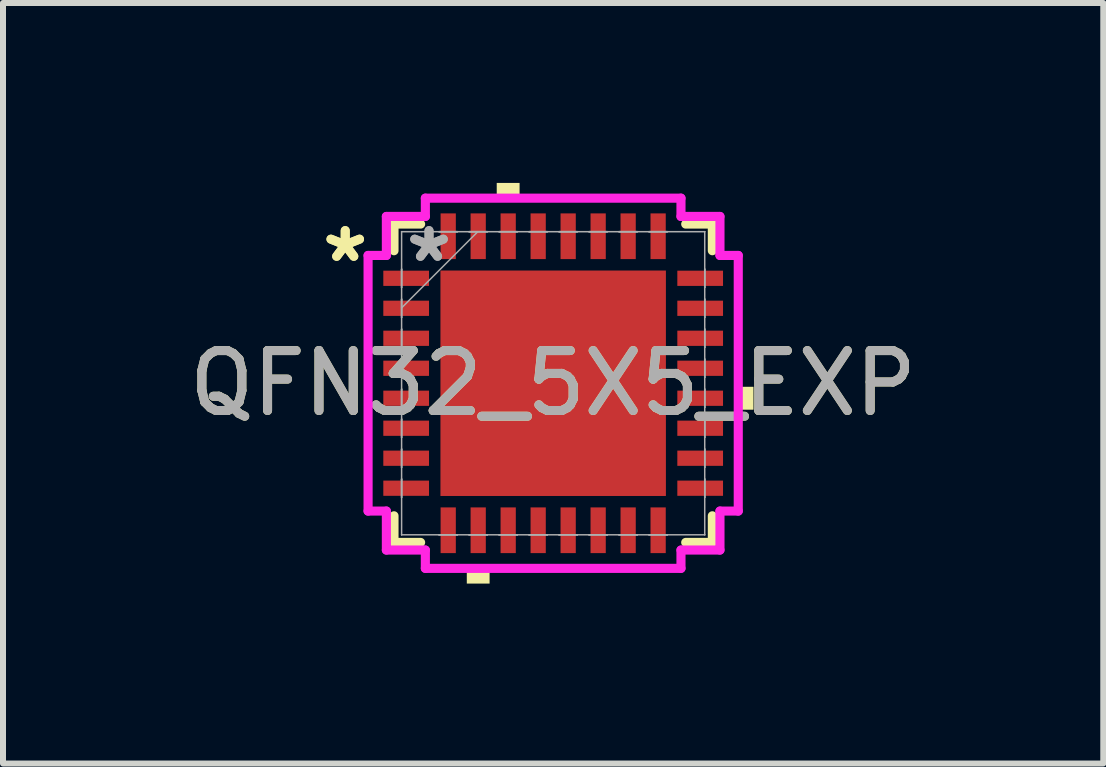
<source format=kicad_pcb>
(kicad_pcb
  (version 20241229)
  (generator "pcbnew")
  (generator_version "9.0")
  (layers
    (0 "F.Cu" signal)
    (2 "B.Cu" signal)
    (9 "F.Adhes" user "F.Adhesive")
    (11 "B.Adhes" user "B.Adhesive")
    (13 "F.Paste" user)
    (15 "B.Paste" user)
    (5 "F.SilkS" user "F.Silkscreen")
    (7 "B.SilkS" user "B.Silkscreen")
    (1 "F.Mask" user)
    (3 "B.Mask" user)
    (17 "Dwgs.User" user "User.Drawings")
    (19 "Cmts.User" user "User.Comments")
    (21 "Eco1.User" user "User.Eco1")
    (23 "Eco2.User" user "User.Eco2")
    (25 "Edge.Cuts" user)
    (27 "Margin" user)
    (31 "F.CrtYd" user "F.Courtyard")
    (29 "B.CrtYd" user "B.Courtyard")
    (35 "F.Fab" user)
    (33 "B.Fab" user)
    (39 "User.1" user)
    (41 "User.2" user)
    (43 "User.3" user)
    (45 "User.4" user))
  (footprint "QFN32_5X5_EXP"
    (layer "F.Cu")
    (at 6.173 3.34)
    (property "Reference" "QFN32_5X5_EXP" (at 0 0 0) (unlocked yes) (layer "F.SilkS") (effects (font (size 1 1) (thickness 0.15))))
    (attr smd)
    (fp_line (start -2.654 -2.654) (end -2.654 -2.21) (stroke (width 0.152) (type solid)) (layer "F.SilkS"))
    (fp_line (start -2.654 2.21) (end -2.654 2.654) (stroke (width 0.152) (type solid)) (layer "F.SilkS"))
    (fp_line (start -2.654 2.654) (end -2.21 2.654) (stroke (width 0.152) (type solid)) (layer "F.SilkS"))
    (fp_line (start -2.21 -2.654) (end -2.654 -2.654) (stroke (width 0.152) (type solid)) (layer "F.SilkS"))
    (fp_line (start 2.21 2.654) (end 2.654 2.654) (stroke (width 0.152) (type solid)) (layer "F.SilkS"))
    (fp_line (start 2.654 -2.654) (end 2.21 -2.654) (stroke (width 0.152) (type solid)) (layer "F.SilkS"))
    (fp_line (start 2.654 -2.21) (end 2.654 -2.654) (stroke (width 0.152) (type solid)) (layer "F.SilkS"))
    (fp_line (start 2.654 2.654) (end 2.654 2.21) (stroke (width 0.152) (type solid)) (layer "F.SilkS"))
    (fp_poly (pts (xy -1.44 3.086) (xy -1.44 3.34) (xy -1.06 3.34) (xy -1.06 3.086)) (stroke (width 0) (type solid)) (fill yes) (layer "F.SilkS"))
    (fp_poly (pts (xy -0.941 -3.086) (xy -0.941 -3.34) (xy -0.56 -3.34) (xy -0.56 -3.086)) (stroke (width 0) (type solid)) (fill yes) (layer "F.SilkS"))
    (fp_poly (pts (xy 3.34 0.059) (xy 3.34 0.441) (xy 3.086 0.441) (xy 3.086 0.059)) (stroke (width 0) (type solid)) (fill yes) (layer "F.SilkS"))
    (fp_poly (pts (xy -1.78 -1.78) (xy -1.78 -0.1) (xy -0.1 -0.1) (xy -0.1 -1.78)) (stroke (width 0) (type solid)) (fill yes) (layer "F.Paste"))
    (fp_poly (pts (xy -1.78 0.1) (xy -1.78 1.78) (xy -0.1 1.78) (xy -0.1 0.1)) (stroke (width 0) (type solid)) (fill yes) (layer "F.Paste"))
    (fp_poly (pts (xy 0.1 -1.78) (xy 0.1 -0.1) (xy 1.78 -0.1) (xy 1.78 -1.78)) (stroke (width 0) (type solid)) (fill yes) (layer "F.Paste"))
    (fp_poly (pts (xy 0.1 0.1) (xy 0.1 1.78) (xy 1.78 1.78) (xy 1.78 0.1)) (stroke (width 0) (type solid)) (fill yes) (layer "F.Paste"))
    (fp_line (start -3.086 -2.131) (end -2.781 -2.131) (stroke (width 0.152) (type solid)) (layer "F.CrtYd"))
    (fp_line (start -3.086 2.131) (end -3.086 -2.131) (stroke (width 0.152) (type solid)) (layer "F.CrtYd"))
    (fp_line (start -2.781 -2.781) (end -2.131 -2.781) (stroke (width 0.152) (type solid)) (layer "F.CrtYd"))
    (fp_line (start -2.781 -2.131) (end -2.781 -2.781) (stroke (width 0.152) (type solid)) (layer "F.CrtYd"))
    (fp_line (start -2.781 2.131) (end -3.086 2.131) (stroke (width 0.152) (type solid)) (layer "F.CrtYd"))
    (fp_line (start -2.781 2.781) (end -2.781 2.131) (stroke (width 0.152) (type solid)) (layer "F.CrtYd"))
    (fp_line (start -2.131 -3.086) (end 2.131 -3.086) (stroke (width 0.152) (type solid)) (layer "F.CrtYd"))
    (fp_line (start -2.131 -2.781) (end -2.131 -3.086) (stroke (width 0.152) (type solid)) (layer "F.CrtYd"))
    (fp_line (start -2.131 2.781) (end -2.781 2.781) (stroke (width 0.152) (type solid)) (layer "F.CrtYd"))
    (fp_line (start -2.131 3.086) (end -2.131 2.781) (stroke (width 0.152) (type solid)) (layer "F.CrtYd"))
    (fp_line (start 2.131 -3.086) (end 2.131 -2.781) (stroke (width 0.152) (type solid)) (layer "F.CrtYd"))
    (fp_line (start 2.131 -2.781) (end 2.781 -2.781) (stroke (width 0.152) (type solid)) (layer "F.CrtYd"))
    (fp_line (start 2.131 2.781) (end 2.131 3.086) (stroke (width 0.152) (type solid)) (layer "F.CrtYd"))
    (fp_line (start 2.131 3.086) (end -2.131 3.086) (stroke (width 0.152) (type solid)) (layer "F.CrtYd"))
    (fp_line (start 2.781 -2.781) (end 2.781 -2.131) (stroke (width 0.152) (type solid)) (layer "F.CrtYd"))
    (fp_line (start 2.781 -2.131) (end 3.086 -2.131) (stroke (width 0.152) (type solid)) (layer "F.CrtYd"))
    (fp_line (start 2.781 2.131) (end 2.781 2.781) (stroke (width 0.152) (type solid)) (layer "F.CrtYd"))
    (fp_line (start 2.781 2.781) (end 2.131 2.781) (stroke (width 0.152) (type solid)) (layer "F.CrtYd"))
    (fp_line (start 3.086 -2.131) (end 3.086 2.131) (stroke (width 0.152) (type solid)) (layer "F.CrtYd"))
    (fp_line (start 3.086 2.131) (end 2.781 2.131) (stroke (width 0.152) (type solid)) (layer "F.CrtYd"))
    (fp_line (start -2.527 -2.527) (end -2.527 -2.527) (stroke (width 0.025) (type solid)) (layer "F.Fab"))
    (fp_line (start -2.527 -2.527) (end -2.527 2.527) (stroke (width 0.025) (type solid)) (layer "F.Fab"))
    (fp_line (start -2.527 -1.902) (end -2.527 -1.902) (stroke (width 0.025) (type solid)) (layer "F.Fab"))
    (fp_line (start -2.527 -1.902) (end -2.527 -1.598) (stroke (width 0.025) (type solid)) (layer "F.Fab"))
    (fp_line (start -2.527 -1.598) (end -2.527 -1.902) (stroke (width 0.025) (type solid)) (layer "F.Fab"))
    (fp_line (start -2.527 -1.598) (end -2.527 -1.598) (stroke (width 0.025) (type solid)) (layer "F.Fab"))
    (fp_line (start -2.527 -1.402) (end -2.527 -1.402) (stroke (width 0.025) (type solid)) (layer "F.Fab"))
    (fp_line (start -2.527 -1.402) (end -2.527 -1.098) (stroke (width 0.025) (type solid)) (layer "F.Fab"))
    (fp_line (start -2.527 -1.257) (end -1.257 -2.527) (stroke (width 0.025) (type solid)) (layer "F.Fab"))
    (fp_line (start -2.527 -1.098) (end -2.527 -1.402) (stroke (width 0.025) (type solid)) (layer "F.Fab"))
    (fp_line (start -2.527 -1.098) (end -2.527 -1.098) (stroke (width 0.025) (type solid)) (layer "F.Fab"))
    (fp_line (start -2.527 -0.902) (end -2.527 -0.902) (stroke (width 0.025) (type solid)) (layer "F.Fab"))
    (fp_line (start -2.527 -0.902) (end -2.527 -0.598) (stroke (width 0.025) (type solid)) (layer "F.Fab"))
    (fp_line (start -2.527 -0.598) (end -2.527 -0.902) (stroke (width 0.025) (type solid)) (layer "F.Fab"))
    (fp_line (start -2.527 -0.598) (end -2.527 -0.598) (stroke (width 0.025) (type solid)) (layer "F.Fab"))
    (fp_line (start -2.527 -0.402) (end -2.527 -0.402) (stroke (width 0.025) (type solid)) (layer "F.Fab"))
    (fp_line (start -2.527 -0.402) (end -2.527 -0.098) (stroke (width 0.025) (type solid)) (layer "F.Fab"))
    (fp_line (start -2.527 -0.098) (end -2.527 -0.402) (stroke (width 0.025) (type solid)) (layer "F.Fab"))
    (fp_line (start -2.527 -0.098) (end -2.527 -0.098) (stroke (width 0.025) (type solid)) (layer "F.Fab"))
    (fp_line (start -2.527 0.098) (end -2.527 0.098) (stroke (width 0.025) (type solid)) (layer "F.Fab"))
    (fp_line (start -2.527 0.098) (end -2.527 0.402) (stroke (width 0.025) (type solid)) (layer "F.Fab"))
    (fp_line (start -2.527 0.402) (end -2.527 0.098) (stroke (width 0.025) (type solid)) (layer "F.Fab"))
    (fp_line (start -2.527 0.402) (end -2.527 0.402) (stroke (width 0.025) (type solid)) (layer "F.Fab"))
    (fp_line (start -2.527 0.598) (end -2.527 0.598) (stroke (width 0.025) (type solid)) (layer "F.Fab"))
    (fp_line (start -2.527 0.598) (end -2.527 0.902) (stroke (width 0.025) (type solid)) (layer "F.Fab"))
    (fp_line (start -2.527 0.902) (end -2.527 0.598) (stroke (width 0.025) (type solid)) (layer "F.Fab"))
    (fp_line (start -2.527 0.902) (end -2.527 0.902) (stroke (width 0.025) (type solid)) (layer "F.Fab"))
    (fp_line (start -2.527 1.098) (end -2.527 1.098) (stroke (width 0.025) (type solid)) (layer "F.Fab"))
    (fp_line (start -2.527 1.098) (end -2.527 1.402) (stroke (width 0.025) (type solid)) (layer "F.Fab"))
    (fp_line (start -2.527 1.402) (end -2.527 1.098) (stroke (width 0.025) (type solid)) (layer "F.Fab"))
    (fp_line (start -2.527 1.402) (end -2.527 1.402) (stroke (width 0.025) (type solid)) (layer "F.Fab"))
    (fp_line (start -2.527 1.598) (end -2.527 1.598) (stroke (width 0.025) (type solid)) (layer "F.Fab"))
    (fp_line (start -2.527 1.598) (end -2.527 1.902) (stroke (width 0.025) (type solid)) (layer "F.Fab"))
    (fp_line (start -2.527 1.902) (end -2.527 1.598) (stroke (width 0.025) (type solid)) (layer "F.Fab"))
    (fp_line (start -2.527 1.902) (end -2.527 1.902) (stroke (width 0.025) (type solid)) (layer "F.Fab"))
    (fp_line (start -2.527 2.527) (end -2.527 2.527) (stroke (width 0.025) (type solid)) (layer "F.Fab"))
    (fp_line (start -2.527 2.527) (end 2.527 2.527) (stroke (width 0.025) (type solid)) (layer "F.Fab"))
    (fp_line (start -1.902 -2.527) (end -1.902 -2.527) (stroke (width 0.025) (type solid)) (layer "F.Fab"))
    (fp_line (start -1.902 -2.527) (end -1.598 -2.527) (stroke (width 0.025) (type solid)) (layer "F.Fab"))
    (fp_line (start -1.902 2.527) (end -1.902 2.527) (stroke (width 0.025) (type solid)) (layer "F.Fab"))
    (fp_line (start -1.902 2.527) (end -1.598 2.527) (stroke (width 0.025) (type solid)) (layer "F.Fab"))
    (fp_line (start -1.598 -2.527) (end -1.902 -2.527) (stroke (width 0.025) (type solid)) (layer "F.Fab"))
    (fp_line (start -1.598 -2.527) (end -1.598 -2.527) (stroke (width 0.025) (type solid)) (layer "F.Fab"))
    (fp_line (start -1.598 2.527) (end -1.902 2.527) (stroke (width 0.025) (type solid)) (layer "F.Fab"))
    (fp_line (start -1.598 2.527) (end -1.598 2.527) (stroke (width 0.025) (type solid)) (layer "F.Fab"))
    (fp_line (start -1.402 -2.527) (end -1.402 -2.527) (stroke (width 0.025) (type solid)) (layer "F.Fab"))
    (fp_line (start -1.402 -2.527) (end -1.098 -2.527) (stroke (width 0.025) (type solid)) (layer "F.Fab"))
    (fp_line (start -1.402 2.527) (end -1.402 2.527) (stroke (width 0.025) (type solid)) (layer "F.Fab"))
    (fp_line (start -1.402 2.527) (end -1.098 2.527) (stroke (width 0.025) (type solid)) (layer "F.Fab"))
    (fp_line (start -1.098 -2.527) (end -1.402 -2.527) (stroke (width 0.025) (type solid)) (layer "F.Fab"))
    (fp_line (start -1.098 -2.527) (end -1.098 -2.527) (stroke (width 0.025) (type solid)) (layer "F.Fab"))
    (fp_line (start -1.098 2.527) (end -1.402 2.527) (stroke (width 0.025) (type solid)) (layer "F.Fab"))
    (fp_line (start -1.098 2.527) (end -1.098 2.527) (stroke (width 0.025) (type solid)) (layer "F.Fab"))
    (fp_line (start -0.902 -2.527) (end -0.902 -2.527) (stroke (width 0.025) (type solid)) (layer "F.Fab"))
    (fp_line (start -0.902 -2.527) (end -0.598 -2.527) (stroke (width 0.025) (type solid)) (layer "F.Fab"))
    (fp_line (start -0.902 2.527) (end -0.902 2.527) (stroke (width 0.025) (type solid)) (layer "F.Fab"))
    (fp_line (start -0.902 2.527) (end -0.598 2.527) (stroke (width 0.025) (type solid)) (layer "F.Fab"))
    (fp_line (start -0.598 -2.527) (end -0.902 -2.527) (stroke (width 0.025) (type solid)) (layer "F.Fab"))
    (fp_line (start -0.598 -2.527) (end -0.598 -2.527) (stroke (width 0.025) (type solid)) (layer "F.Fab"))
    (fp_line (start -0.598 2.527) (end -0.902 2.527) (stroke (width 0.025) (type solid)) (layer "F.Fab"))
    (fp_line (start -0.598 2.527) (end -0.598 2.527) (stroke (width 0.025) (type solid)) (layer "F.Fab"))
    (fp_line (start -0.402 -2.527) (end -0.402 -2.527) (stroke (width 0.025) (type solid)) (layer "F.Fab"))
    (fp_line (start -0.402 -2.527) (end -0.098 -2.527) (stroke (width 0.025) (type solid)) (layer "F.Fab"))
    (fp_line (start -0.402 2.527) (end -0.402 2.527) (stroke (width 0.025) (type solid)) (layer "F.Fab"))
    (fp_line (start -0.402 2.527) (end -0.098 2.527) (stroke (width 0.025) (type solid)) (layer "F.Fab"))
    (fp_line (start -0.098 -2.527) (end -0.402 -2.527) (stroke (width 0.025) (type solid)) (layer "F.Fab"))
    (fp_line (start -0.098 -2.527) (end -0.098 -2.527) (stroke (width 0.025) (type solid)) (layer "F.Fab"))
    (fp_line (start -0.098 2.527) (end -0.402 2.527) (stroke (width 0.025) (type solid)) (layer "F.Fab"))
    (fp_line (start -0.098 2.527) (end -0.098 2.527) (stroke (width 0.025) (type solid)) (layer "F.Fab"))
    (fp_line (start 0.098 -2.527) (end 0.098 -2.527) (stroke (width 0.025) (type solid)) (layer "F.Fab"))
    (fp_line (start 0.098 -2.527) (end 0.402 -2.527) (stroke (width 0.025) (type solid)) (layer "F.Fab"))
    (fp_line (start 0.098 2.527) (end 0.098 2.527) (stroke (width 0.025) (type solid)) (layer "F.Fab"))
    (fp_line (start 0.098 2.527) (end 0.402 2.527) (stroke (width 0.025) (type solid)) (layer "F.Fab"))
    (fp_line (start 0.402 -2.527) (end 0.098 -2.527) (stroke (width 0.025) (type solid)) (layer "F.Fab"))
    (fp_line (start 0.402 -2.527) (end 0.402 -2.527) (stroke (width 0.025) (type solid)) (layer "F.Fab"))
    (fp_line (start 0.402 2.527) (end 0.098 2.527) (stroke (width 0.025) (type solid)) (layer "F.Fab"))
    (fp_line (start 0.402 2.527) (end 0.402 2.527) (stroke (width 0.025) (type solid)) (layer "F.Fab"))
    (fp_line (start 0.598 -2.527) (end 0.598 -2.527) (stroke (width 0.025) (type solid)) (layer "F.Fab"))
    (fp_line (start 0.598 -2.527) (end 0.902 -2.527) (stroke (width 0.025) (type solid)) (layer "F.Fab"))
    (fp_line (start 0.598 2.527) (end 0.598 2.527) (stroke (width 0.025) (type solid)) (layer "F.Fab"))
    (fp_line (start 0.598 2.527) (end 0.902 2.527) (stroke (width 0.025) (type solid)) (layer "F.Fab"))
    (fp_line (start 0.902 -2.527) (end 0.598 -2.527) (stroke (width 0.025) (type solid)) (layer "F.Fab"))
    (fp_line (start 0.902 -2.527) (end 0.902 -2.527) (stroke (width 0.025) (type solid)) (layer "F.Fab"))
    (fp_line (start 0.902 2.527) (end 0.598 2.527) (stroke (width 0.025) (type solid)) (layer "F.Fab"))
    (fp_line (start 0.902 2.527) (end 0.902 2.527) (stroke (width 0.025) (type solid)) (layer "F.Fab"))
    (fp_line (start 1.098 -2.527) (end 1.098 -2.527) (stroke (width 0.025) (type solid)) (layer "F.Fab"))
    (fp_line (start 1.098 -2.527) (end 1.402 -2.527) (stroke (width 0.025) (type solid)) (layer "F.Fab"))
    (fp_line (start 1.098 2.527) (end 1.098 2.527) (stroke (width 0.025) (type solid)) (layer "F.Fab"))
    (fp_line (start 1.098 2.527) (end 1.402 2.527) (stroke (width 0.025) (type solid)) (layer "F.Fab"))
    (fp_line (start 1.402 -2.527) (end 1.098 -2.527) (stroke (width 0.025) (type solid)) (layer "F.Fab"))
    (fp_line (start 1.402 -2.527) (end 1.402 -2.527) (stroke (width 0.025) (type solid)) (layer "F.Fab"))
    (fp_line (start 1.402 2.527) (end 1.098 2.527) (stroke (width 0.025) (type solid)) (layer "F.Fab"))
    (fp_line (start 1.402 2.527) (end 1.402 2.527) (stroke (width 0.025) (type solid)) (layer "F.Fab"))
    (fp_line (start 1.598 -2.527) (end 1.598 -2.527) (stroke (width 0.025) (type solid)) (layer "F.Fab"))
    (fp_line (start 1.598 -2.527) (end 1.902 -2.527) (stroke (width 0.025) (type solid)) (layer "F.Fab"))
    (fp_line (start 1.598 2.527) (end 1.598 2.527) (stroke (width 0.025) (type solid)) (layer "F.Fab"))
    (fp_line (start 1.598 2.527) (end 1.902 2.527) (stroke (width 0.025) (type solid)) (layer "F.Fab"))
    (fp_line (start 1.902 -2.527) (end 1.598 -2.527) (stroke (width 0.025) (type solid)) (layer "F.Fab"))
    (fp_line (start 1.902 -2.527) (end 1.902 -2.527) (stroke (width 0.025) (type solid)) (layer "F.Fab"))
    (fp_line (start 1.902 2.527) (end 1.598 2.527) (stroke (width 0.025) (type solid)) (layer "F.Fab"))
    (fp_line (start 1.902 2.527) (end 1.902 2.527) (stroke (width 0.025) (type solid)) (layer "F.Fab"))
    (fp_line (start 2.527 -2.527) (end -2.527 -2.527) (stroke (width 0.025) (type solid)) (layer "F.Fab"))
    (fp_line (start 2.527 -2.527) (end 2.527 -2.527) (stroke (width 0.025) (type solid)) (layer "F.Fab"))
    (fp_line (start 2.527 -1.902) (end 2.527 -1.902) (stroke (width 0.025) (type solid)) (layer "F.Fab"))
    (fp_line (start 2.527 -1.902) (end 2.527 -1.598) (stroke (width 0.025) (type solid)) (layer "F.Fab"))
    (fp_line (start 2.527 -1.598) (end 2.527 -1.902) (stroke (width 0.025) (type solid)) (layer "F.Fab"))
    (fp_line (start 2.527 -1.598) (end 2.527 -1.598) (stroke (width 0.025) (type solid)) (layer "F.Fab"))
    (fp_line (start 2.527 -1.402) (end 2.527 -1.402) (stroke (width 0.025) (type solid)) (layer "F.Fab"))
    (fp_line (start 2.527 -1.402) (end 2.527 -1.098) (stroke (width 0.025) (type solid)) (layer "F.Fab"))
    (fp_line (start 2.527 -1.098) (end 2.527 -1.402) (stroke (width 0.025) (type solid)) (layer "F.Fab"))
    (fp_line (start 2.527 -1.098) (end 2.527 -1.098) (stroke (width 0.025) (type solid)) (layer "F.Fab"))
    (fp_line (start 2.527 -0.902) (end 2.527 -0.902) (stroke (width 0.025) (type solid)) (layer "F.Fab"))
    (fp_line (start 2.527 -0.902) (end 2.527 -0.598) (stroke (width 0.025) (type solid)) (layer "F.Fab"))
    (fp_line (start 2.527 -0.598) (end 2.527 -0.902) (stroke (width 0.025) (type solid)) (layer "F.Fab"))
    (fp_line (start 2.527 -0.598) (end 2.527 -0.598) (stroke (width 0.025) (type solid)) (layer "F.Fab"))
    (fp_line (start 2.527 -0.402) (end 2.527 -0.402) (stroke (width 0.025) (type solid)) (layer "F.Fab"))
    (fp_line (start 2.527 -0.402) (end 2.527 -0.098) (stroke (width 0.025) (type solid)) (layer "F.Fab"))
    (fp_line (start 2.527 -0.098) (end 2.527 -0.402) (stroke (width 0.025) (type solid)) (layer "F.Fab"))
    (fp_line (start 2.527 -0.098) (end 2.527 -0.098) (stroke (width 0.025) (type solid)) (layer "F.Fab"))
    (fp_line (start 2.527 0.098) (end 2.527 0.098) (stroke (width 0.025) (type solid)) (layer "F.Fab"))
    (fp_line (start 2.527 0.098) (end 2.527 0.402) (stroke (width 0.025) (type solid)) (layer "F.Fab"))
    (fp_line (start 2.527 0.402) (end 2.527 0.098) (stroke (width 0.025) (type solid)) (layer "F.Fab"))
    (fp_line (start 2.527 0.402) (end 2.527 0.402) (stroke (width 0.025) (type solid)) (layer "F.Fab"))
    (fp_line (start 2.527 0.598) (end 2.527 0.598) (stroke (width 0.025) (type solid)) (layer "F.Fab"))
    (fp_line (start 2.527 0.598) (end 2.527 0.902) (stroke (width 0.025) (type solid)) (layer "F.Fab"))
    (fp_line (start 2.527 0.902) (end 2.527 0.598) (stroke (width 0.025) (type solid)) (layer "F.Fab"))
    (fp_line (start 2.527 0.902) (end 2.527 0.902) (stroke (width 0.025) (type solid)) (layer "F.Fab"))
    (fp_line (start 2.527 1.098) (end 2.527 1.098) (stroke (width 0.025) (type solid)) (layer "F.Fab"))
    (fp_line (start 2.527 1.098) (end 2.527 1.402) (stroke (width 0.025) (type solid)) (layer "F.Fab"))
    (fp_line (start 2.527 1.402) (end 2.527 1.098) (stroke (width 0.025) (type solid)) (layer "F.Fab"))
    (fp_line (start 2.527 1.402) (end 2.527 1.402) (stroke (width 0.025) (type solid)) (layer "F.Fab"))
    (fp_line (start 2.527 1.598) (end 2.527 1.598) (stroke (width 0.025) (type solid)) (layer "F.Fab"))
    (fp_line (start 2.527 1.598) (end 2.527 1.902) (stroke (width 0.025) (type solid)) (layer "F.Fab"))
    (fp_line (start 2.527 1.902) (end 2.527 1.598) (stroke (width 0.025) (type solid)) (layer "F.Fab"))
    (fp_line (start 2.527 1.902) (end 2.527 1.902) (stroke (width 0.025) (type solid)) (layer "F.Fab"))
    (fp_line (start 2.527 2.527) (end 2.527 -2.527) (stroke (width 0.025) (type solid)) (layer "F.Fab"))
    (fp_line (start 2.527 2.527) (end 2.527 2.527) (stroke (width 0.025) (type solid)) (layer "F.Fab"))
    (fp_text user "*" (at -3.467 -2 0) (unlocked yes) (layer "F.SilkS") (effects (font (size 1 1) (thickness 0.15))))
    (fp_text user "*" (at -3.467 -2 0) (layer "F.SilkS") (effects (font (size 1 1) (thickness 0.15))))
    (fp_text user "${REFERENCE}" (at 0 0 0) (unlocked yes) (layer "F.Fab") (effects (font (size 1 1) (thickness 0.15))))
    (fp_text user "*" (at -2.07 -2 0) (layer "F.Fab") (effects (font (size 1 1) (thickness 0.15))))
    (fp_text user "*" (at -2.07 -2 0) (unlocked yes) (layer "F.Fab") (effects (font (size 1 1) (thickness 0.15))))
    (pad "1" smd rect (at -2.451 -1.75 90) (size 0.254 0.762) (layers "F.Cu" "F.Mask" "F.Paste"))
    (pad "2" smd rect (at -2.451 -1.25 90) (size 0.254 0.762) (layers "F.Cu" "F.Mask" "F.Paste"))
    (pad "3" smd rect (at -2.451 -0.75 90) (size 0.254 0.762) (layers "F.Cu" "F.Mask" "F.Paste"))
    (pad "4" smd rect (at -2.451 -0.25 90) (size 0.254 0.762) (layers "F.Cu" "F.Mask" "F.Paste"))
    (pad "5" smd rect (at -2.451 0.25 90) (size 0.254 0.762) (layers "F.Cu" "F.Mask" "F.Paste"))
    (pad "6" smd rect (at -2.451 0.75 90) (size 0.254 0.762) (layers "F.Cu" "F.Mask" "F.Paste"))
    (pad "7" smd rect (at -2.451 1.25 90) (size 0.254 0.762) (layers "F.Cu" "F.Mask" "F.Paste"))
    (pad "8" smd rect (at -2.451 1.75 90) (size 0.254 0.762) (layers "F.Cu" "F.Mask" "F.Paste"))
    (pad "9" smd rect (at -1.75 2.451) (size 0.254 0.762) (layers "F.Cu" "F.Mask" "F.Paste"))
    (pad "10" smd rect (at -1.25 2.451) (size 0.254 0.762) (layers "F.Cu" "F.Mask" "F.Paste"))
    (pad "11" smd rect (at -0.75 2.451) (size 0.254 0.762) (layers "F.Cu" "F.Mask" "F.Paste"))
    (pad "12" smd rect (at -0.25 2.451) (size 0.254 0.762) (layers "F.Cu" "F.Mask" "F.Paste"))
    (pad "13" smd rect (at 0.25 2.451) (size 0.254 0.762) (layers "F.Cu" "F.Mask" "F.Paste"))
    (pad "14" smd rect (at 0.75 2.451) (size 0.254 0.762) (layers "F.Cu" "F.Mask" "F.Paste"))
    (pad "15" smd rect (at 1.25 2.451) (size 0.254 0.762) (layers "F.Cu" "F.Mask" "F.Paste"))
    (pad "16" smd rect (at 1.75 2.451) (size 0.254 0.762) (layers "F.Cu" "F.Mask" "F.Paste"))
    (pad "17" smd rect (at 2.451 1.75 90) (size 0.254 0.762) (layers "F.Cu" "F.Mask" "F.Paste"))
    (pad "18" smd rect (at 2.451 1.25 90) (size 0.254 0.762) (layers "F.Cu" "F.Mask" "F.Paste"))
    (pad "19" smd rect (at 2.451 0.75 90) (size 0.254 0.762) (layers "F.Cu" "F.Mask" "F.Paste"))
    (pad "20" smd rect (at 2.451 0.25 90) (size 0.254 0.762) (layers "F.Cu" "F.Mask" "F.Paste"))
    (pad "21" smd rect (at 2.451 -0.25 90) (size 0.254 0.762) (layers "F.Cu" "F.Mask" "F.Paste"))
    (pad "22" smd rect (at 2.451 -0.75 90) (size 0.254 0.762) (layers "F.Cu" "F.Mask" "F.Paste"))
    (pad "23" smd rect (at 2.451 -1.25 90) (size 0.254 0.762) (layers "F.Cu" "F.Mask" "F.Paste"))
    (pad "24" smd rect (at 2.451 -1.75 90) (size 0.254 0.762) (layers "F.Cu" "F.Mask" "F.Paste"))
    (pad "25" smd rect (at 1.75 -2.451) (size 0.254 0.762) (layers "F.Cu" "F.Mask" "F.Paste"))
    (pad "26" smd rect (at 1.25 -2.451) (size 0.254 0.762) (layers "F.Cu" "F.Mask" "F.Paste"))
    (pad "27" smd rect (at 0.75 -2.451) (size 0.254 0.762) (layers "F.Cu" "F.Mask" "F.Paste"))
    (pad "28" smd rect (at 0.25 -2.451) (size 0.254 0.762) (layers "F.Cu" "F.Mask" "F.Paste"))
    (pad "29" smd rect (at -0.25 -2.451) (size 0.254 0.762) (layers "F.Cu" "F.Mask" "F.Paste"))
    (pad "30" smd rect (at -0.75 -2.451) (size 0.254 0.762) (layers "F.Cu" "F.Mask" "F.Paste"))
    (pad "31" smd rect (at -1.25 -2.451) (size 0.254 0.762) (layers "F.Cu" "F.Mask" "F.Paste"))
    (pad "32" smd rect (at -1.75 -2.451) (size 0.254 0.762) (layers "F.Cu" "F.Mask" "F.Paste"))
    (pad "33" smd rect (at 0 0) (size 3.759 3.759) (layers "F.Cu" "F.Mask" "F.Paste")))
  (gr_rect
    (start -3 -3)
    (end 15.345 9.68)
    (stroke (width 0.1) (type default))
    (fill no)
    (layer "Edge.Cuts")))
</source>
